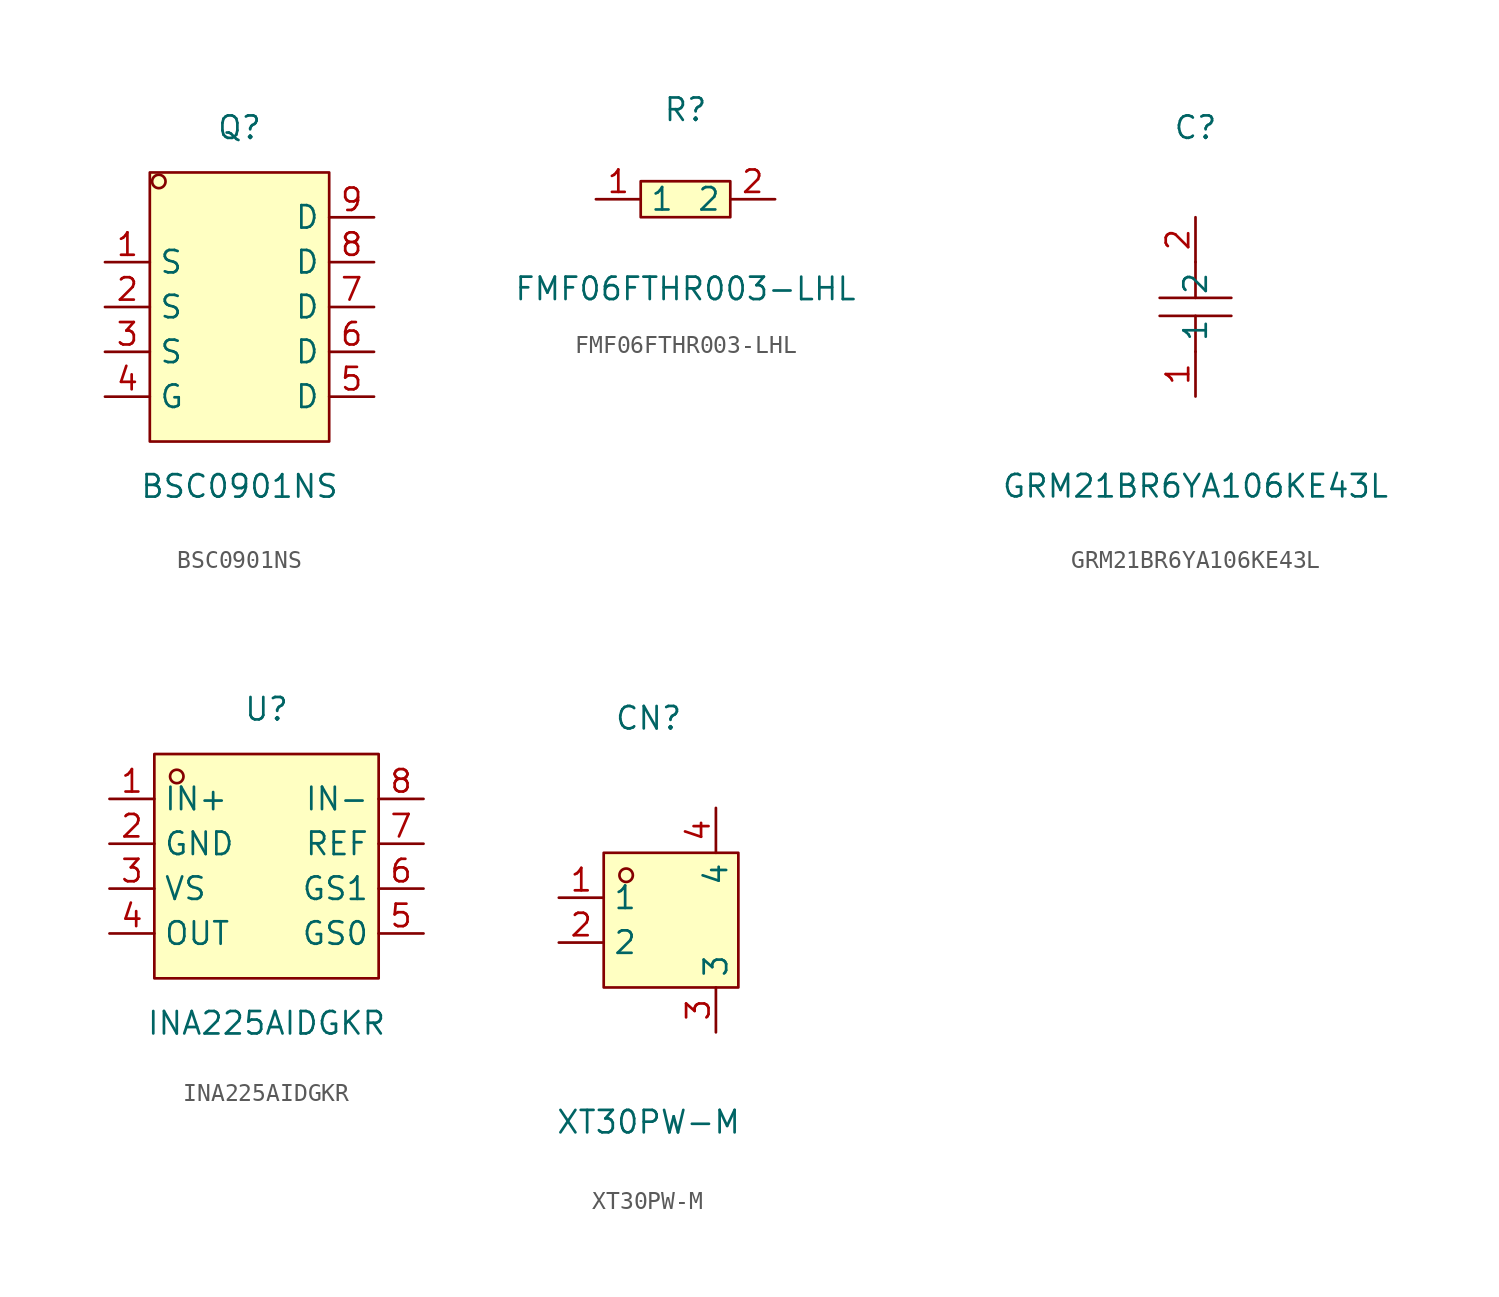
<source format=kicad_sym>
(kicad_symbol_lib
  (version 20211014)
  (generator https://github.com/uPesy/easyeda2kicad.py)
  (symbol "BSC0901NS"
    (property "Reference" "Q"
      (at 0 10.16 0)
      (effects (font (size 1.27 1.27))))
    (property "Value" "BSC0901NS"
      (at 0 -10.16 0)
      (effects (font (size 1.27 1.27))))
    (symbol "BSC0901NS_0_1"
      (rectangle (start -5.08 7.62) (end 5.08 -7.62) (stroke (width 0) (type default) (color 0 0 0 0)) (fill (type background)))
      (circle (center -4.57 7.11) (radius 0.38) (stroke (width 0) (type default) (color 0 0 0 0)) (fill (type none)))
      (pin unspecified line (at -7.62 2.54 0) (length 2.54) (name "S" (effects (font (size 1.27 1.27)))) (number "1" (effects (font (size 1.27 1.27)))))
      (pin unspecified line (at -7.62 -0.00 0) (length 2.54) (name "S" (effects (font (size 1.27 1.27)))) (number "2" (effects (font (size 1.27 1.27)))))
      (pin unspecified line (at -7.62 -2.54 0) (length 2.54) (name "S" (effects (font (size 1.27 1.27)))) (number "3" (effects (font (size 1.27 1.27)))))
      (pin unspecified line (at -7.62 -5.08 0) (length 2.54) (name "G" (effects (font (size 1.27 1.27)))) (number "4" (effects (font (size 1.27 1.27)))))
      (pin unspecified line (at 7.62 -5.08 180) (length 2.54) (name "D" (effects (font (size 1.27 1.27)))) (number "5" (effects (font (size 1.27 1.27)))))
      (pin unspecified line (at 7.62 -2.54 180) (length 2.54) (name "D" (effects (font (size 1.27 1.27)))) (number "6" (effects (font (size 1.27 1.27)))))
      (pin unspecified line (at 7.62 -0.00 180) (length 2.54) (name "D" (effects (font (size 1.27 1.27)))) (number "7" (effects (font (size 1.27 1.27)))))
      (pin unspecified line (at 7.62 2.54 180) (length 2.54) (name "D" (effects (font (size 1.27 1.27)))) (number "8" (effects (font (size 1.27 1.27)))))
      (pin unspecified line (at 7.62 5.08 180) (length 2.54) (name "D" (effects (font (size 1.27 1.27)))) (number "9" (effects (font (size 1.27 1.27)))))))
  (symbol "FMF06FTHR003-LHL"
    (property "Reference" "R"
      (at 0 5.08 0)
      (effects (font (size 1.27 1.27))))
    (property "Value" "FMF06FTHR003-LHL"
      (at 0 -5.08 0)
      (effects (font (size 1.27 1.27))))
    (symbol "FMF06FTHR003-LHL_0_1"
      (rectangle (start -2.54 1.02) (end 2.54 -1.02) (stroke (width 0) (type default) (color 0 0 0 0)) (fill (type background)))
      (pin input line (at 5.08 -0.00 180) (length 2.54) (name "2" (effects (font (size 1.27 1.27)))) (number "2" (effects (font (size 1.27 1.27)))))
      (pin input line (at -5.08 -0.00 0) (length 2.54) (name "1" (effects (font (size 1.27 1.27)))) (number "1" (effects (font (size 1.27 1.27)))))))
  (symbol "GRM21BR6YA106KE43L"
    (property "Reference" "C"
      (at 0 10.16 0)
      (effects (font (size 1.27 1.27))))
    (property "Value" "GRM21BR6YA106KE43L"
      (at 0 -10.16 0)
      (effects (font (size 1.27 1.27))))
    (symbol "GRM21BR6YA106KE43L_0_1"
      (polyline (pts (xy 2.03 -0.51) (xy -2.03 -0.51)) (stroke (width 0) (type default) (color 0 0 0 0)) (fill (type none)))
      (polyline (pts (xy 0.00 2.54) (xy 0.00 0.51)) (stroke (width 0) (type default) (color 0 0 0 0)) (fill (type none)))
      (polyline (pts (xy -2.03 0.51) (xy 2.03 0.51)) (stroke (width 0) (type default) (color 0 0 0 0)) (fill (type none)))
      (polyline (pts (xy 0.00 -0.51) (xy 0.00 -2.54)) (stroke (width 0) (type default) (color 0 0 0 0)) (fill (type none)))
      (pin unspecified line (at 0.00 -5.08 90) (length 2.54) (name "1" (effects (font (size 1.27 1.27)))) (number "1" (effects (font (size 1.27 1.27)))))
      (pin unspecified line (at 0.00 5.08 270) (length 2.54) (name "2" (effects (font (size 1.27 1.27)))) (number "2" (effects (font (size 1.27 1.27)))))))
  (symbol "INA225AIDGKR"
    (property "Reference" "U"
      (at 0 8.89 0)
      (effects (font (size 1.27 1.27))))
    (property "Value" "INA225AIDGKR"
      (at 0 -8.89 0)
      (effects (font (size 1.27 1.27))))
    (symbol "INA225AIDGKR_0_1"
      (rectangle (start -6.35 6.35) (end 6.35 -6.35) (stroke (width 0) (type default) (color 0 0 0 0)) (fill (type background)))
      (circle (center -5.08 5.08) (radius 0.38) (stroke (width 0) (type default) (color 0 0 0 0)) (fill (type none)))
      (pin unspecified line (at -8.89 3.81 0) (length 2.54) (name "IN+" (effects (font (size 1.27 1.27)))) (number "1" (effects (font (size 1.27 1.27)))))
      (pin unspecified line (at -8.89 1.27 0) (length 2.54) (name "GND" (effects (font (size 1.27 1.27)))) (number "2" (effects (font (size 1.27 1.27)))))
      (pin unspecified line (at -8.89 -1.27 0) (length 2.54) (name "VS" (effects (font (size 1.27 1.27)))) (number "3" (effects (font (size 1.27 1.27)))))
      (pin unspecified line (at -8.89 -3.81 0) (length 2.54) (name "OUT" (effects (font (size 1.27 1.27)))) (number "4" (effects (font (size 1.27 1.27)))))
      (pin unspecified line (at 8.89 -3.81 180) (length 2.54) (name "GS0" (effects (font (size 1.27 1.27)))) (number "5" (effects (font (size 1.27 1.27)))))
      (pin unspecified line (at 8.89 -1.27 180) (length 2.54) (name "GS1" (effects (font (size 1.27 1.27)))) (number "6" (effects (font (size 1.27 1.27)))))
      (pin unspecified line (at 8.89 1.27 180) (length 2.54) (name "REF" (effects (font (size 1.27 1.27)))) (number "7" (effects (font (size 1.27 1.27)))))
      (pin unspecified line (at 8.89 3.81 180) (length 2.54) (name "IN-" (effects (font (size 1.27 1.27)))) (number "8" (effects (font (size 1.27 1.27)))))))
  (symbol "XT30PW-M"
    (property "Reference" "CN"
      (at 0 11.43 0)
      (effects (font (size 1.27 1.27))))
    (property "Value" "XT30PW-M"
      (at 0 -11.43 0)
      (effects (font (size 1.27 1.27))))
    (symbol "XT30PW-M_0_1"
      (rectangle (start -2.54 3.81) (end 5.08 -3.81) (stroke (width 0) (type default) (color 0 0 0 0)) (fill (type background)))
      (circle (center -1.27 2.54) (radius 0.38) (stroke (width 0) (type default) (color 0 0 0 0)) (fill (type none)))
      (pin unspecified line (at -5.08 1.27 0) (length 2.54) (name "1" (effects (font (size 1.27 1.27)))) (number "1" (effects (font (size 1.27 1.27)))))
      (pin unspecified line (at -5.08 -1.27 0) (length 2.54) (name "2" (effects (font (size 1.27 1.27)))) (number "2" (effects (font (size 1.27 1.27)))))
      (pin unspecified line (at 3.81 -6.35 90) (length 2.54) (name "3" (effects (font (size 1.27 1.27)))) (number "3" (effects (font (size 1.27 1.27)))))
      (pin unspecified line (at 3.81 6.35 270) (length 2.54) (name "4" (effects (font (size 1.27 1.27)))) (number "4" (effects (font (size 1.27 1.27))))))))
</source>
